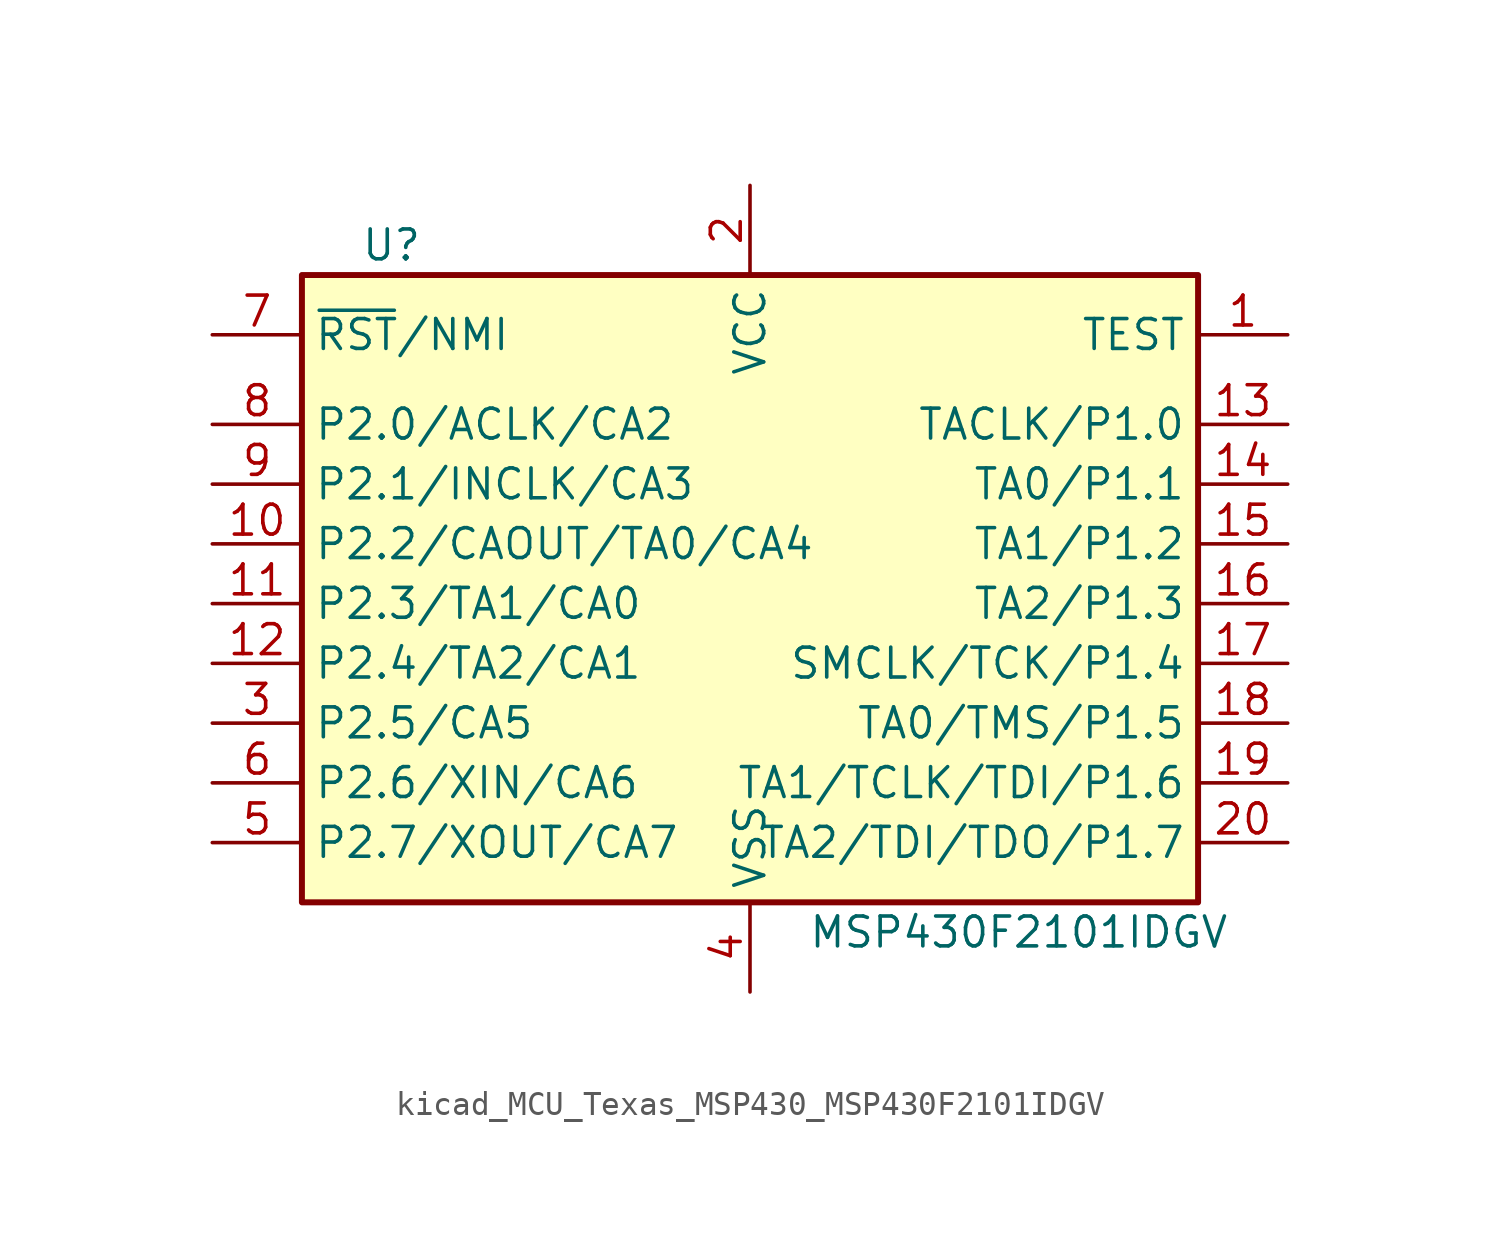
<source format=kicad_sym>
(kicad_symbol_lib
  (version 20220914)
  (generator kicad_symbol_editor)
  (symbol "kicad_MCU_Texas_MSP430_MSP430F2101IDGV"
    (property "Reference" "U"
      (at -15.24 15.24 0)
      (effects (font (size 1.27 1.27))))
    (property "Value" "MSP430F2101IDGV"
      (at 11.43 -13.97 0)
      (effects (font (size 1.27 1.27))))
    (symbol "kicad_MCU_Texas_MSP430_MSP430F2101IDGV_0_1"
      (rectangle (start -19.05 13.97) (end 19.05 -12.7) (stroke (width 0.254) (type default)) (fill (type background))))
    (symbol "kicad_MCU_Texas_MSP430_MSP430F2101IDGV_1_1"
      (pin input line (at 22.86 11.43 180) (length 3.81) (name "TEST" (effects (font (size 1.27 1.27)))) (number "1" (effects (font (size 1.27 1.27)))))
      (pin bidirectional line (at -22.86 2.54 0) (length 3.81) (name "P2.2/CAOUT/TA0/CA4" (effects (font (size 1.27 1.27)))) (number "10" (effects (font (size 1.27 1.27)))))
      (pin bidirectional line (at -22.86 0 0) (length 3.81) (name "P2.3/TA1/CA0" (effects (font (size 1.27 1.27)))) (number "11" (effects (font (size 1.27 1.27)))))
      (pin bidirectional line (at -22.86 -2.54 0) (length 3.81) (name "P2.4/TA2/CA1" (effects (font (size 1.27 1.27)))) (number "12" (effects (font (size 1.27 1.27)))))
      (pin bidirectional line (at 22.86 7.62 180) (length 3.81) (name "TACLK/P1.0" (effects (font (size 1.27 1.27)))) (number "13" (effects (font (size 1.27 1.27)))))
      (pin bidirectional line (at 22.86 5.08 180) (length 3.81) (name "TA0/P1.1" (effects (font (size 1.27 1.27)))) (number "14" (effects (font (size 1.27 1.27)))))
      (pin bidirectional line (at 22.86 2.54 180) (length 3.81) (name "TA1/P1.2" (effects (font (size 1.27 1.27)))) (number "15" (effects (font (size 1.27 1.27)))))
      (pin bidirectional line (at 22.86 0 180) (length 3.81) (name "TA2/P1.3" (effects (font (size 1.27 1.27)))) (number "16" (effects (font (size 1.27 1.27)))))
      (pin bidirectional line (at 22.86 -2.54 180) (length 3.81) (name "SMCLK/TCK/P1.4" (effects (font (size 1.27 1.27)))) (number "17" (effects (font (size 1.27 1.27)))))
      (pin bidirectional line (at 22.86 -5.08 180) (length 3.81) (name "TA0/TMS/P1.5" (effects (font (size 1.27 1.27)))) (number "18" (effects (font (size 1.27 1.27)))))
      (pin bidirectional line (at 22.86 -7.62 180) (length 3.81) (name "TA1/TCLK/TDI/P1.6" (effects (font (size 1.27 1.27)))) (number "19" (effects (font (size 1.27 1.27)))))
      (pin power_in line (at 0 17.78 270) (length 3.81) (name "VCC" (effects (font (size 1.27 1.27)))) (number "2" (effects (font (size 1.27 1.27)))))
      (pin bidirectional line (at 22.86 -10.16 180) (length 3.81) (name "TA2/TDI/TDO/P1.7" (effects (font (size 1.27 1.27)))) (number "20" (effects (font (size 1.27 1.27)))))
      (pin bidirectional line (at -22.86 -5.08 0) (length 3.81) (name "P2.5/CA5" (effects (font (size 1.27 1.27)))) (number "3" (effects (font (size 1.27 1.27)))))
      (pin power_in line (at 0 -16.51 90) (length 3.81) (name "VSS" (effects (font (size 1.27 1.27)))) (number "4" (effects (font (size 1.27 1.27)))))
      (pin bidirectional line (at -22.86 -10.16 0) (length 3.81) (name "P2.7/XOUT/CA7" (effects (font (size 1.27 1.27)))) (number "5" (effects (font (size 1.27 1.27)))))
      (pin bidirectional line (at -22.86 -7.62 0) (length 3.81) (name "P2.6/XIN/CA6" (effects (font (size 1.27 1.27)))) (number "6" (effects (font (size 1.27 1.27)))))
      (pin input line (at -22.86 11.43 0) (length 3.81) (name "~{RST}/NMI" (effects (font (size 1.27 1.27)))) (number "7" (effects (font (size 1.27 1.27)))))
      (pin bidirectional line (at -22.86 7.62 0) (length 3.81) (name "P2.0/ACLK/CA2" (effects (font (size 1.27 1.27)))) (number "8" (effects (font (size 1.27 1.27)))))
      (pin bidirectional line (at -22.86 5.08 0) (length 3.81) (name "P2.1/INCLK/CA3" (effects (font (size 1.27 1.27)))) (number "9" (effects (font (size 1.27 1.27))))))))
</source>
